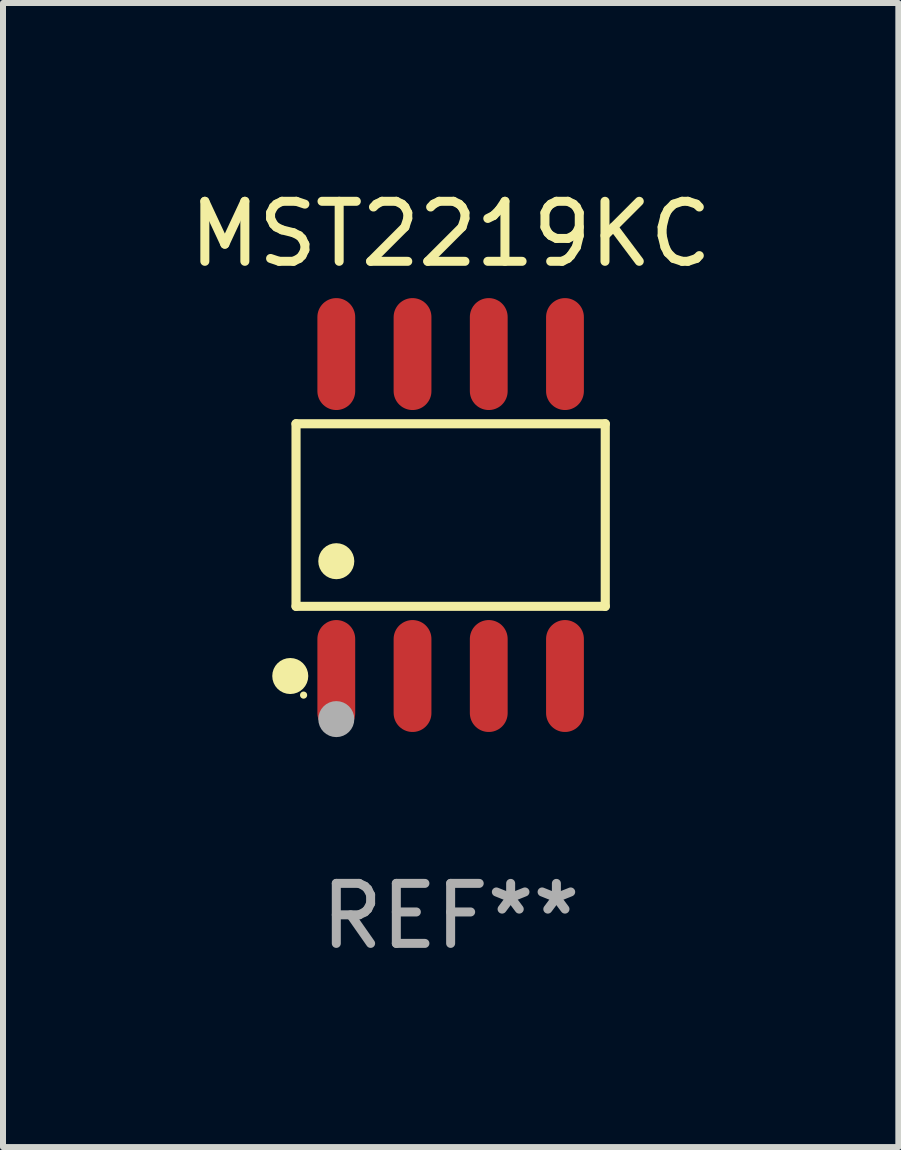
<source format=kicad_pcb>
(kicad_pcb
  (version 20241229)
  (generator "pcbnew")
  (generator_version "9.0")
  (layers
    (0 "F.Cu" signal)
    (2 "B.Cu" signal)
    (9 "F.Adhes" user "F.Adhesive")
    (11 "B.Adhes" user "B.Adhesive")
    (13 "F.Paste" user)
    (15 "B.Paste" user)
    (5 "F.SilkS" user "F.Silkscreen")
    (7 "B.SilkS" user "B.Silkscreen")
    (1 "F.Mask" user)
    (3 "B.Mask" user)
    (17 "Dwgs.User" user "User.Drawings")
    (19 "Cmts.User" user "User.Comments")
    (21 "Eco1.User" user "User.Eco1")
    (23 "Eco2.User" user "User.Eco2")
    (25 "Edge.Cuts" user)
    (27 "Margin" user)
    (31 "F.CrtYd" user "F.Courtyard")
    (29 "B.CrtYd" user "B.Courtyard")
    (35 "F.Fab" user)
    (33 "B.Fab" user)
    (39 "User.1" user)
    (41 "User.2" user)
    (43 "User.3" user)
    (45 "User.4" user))
  (footprint "MST2219KC"
    (layer "F.Cu")
    (at 4.458 5.531)
    (property "Reference" "MST2219KC" (at 0 -4.682 0) (layer "F.SilkS") (effects (font (size 1 1) (thickness 0.15))))
    (attr through_hole)
    (fp_line (start -2.576 -1.521) (end 2.576 -1.521) (stroke (width 0.152) (type solid)) (layer "F.SilkS"))
    (fp_line (start -2.576 1.521) (end -2.576 -1.521) (stroke (width 0.152) (type solid)) (layer "F.SilkS"))
    (fp_line (start 2.576 -1.521) (end 2.576 1.521) (stroke (width 0.152) (type solid)) (layer "F.SilkS"))
    (fp_line (start 2.576 1.521) (end -2.576 1.521) (stroke (width 0.152) (type solid)) (layer "F.SilkS"))
    (fp_circle (center -2.672 2.682) (end -2.522 2.682) (stroke (width 0.3) (type solid)) (fill no) (layer "F.SilkS"))
    (fp_circle (center -2.45 3) (end -2.42 3) (stroke (width 0.06) (type solid)) (fill no) (layer "F.SilkS"))
    (fp_circle (center -1.905 0.769) (end -1.755 0.769) (stroke (width 0.3) (type solid)) (fill no) (layer "F.SilkS"))
    (fp_circle (center -1.905 3.4) (end -1.755 3.4) (stroke (width 0.3) (type solid)) (fill no) (layer "F.Fab"))
    (fp_text user "REF**" (at 0 6.682 0) (layer "F.Fab") (effects (font (size 1 1) (thickness 0.15))))
    (pad "1" smd oval (at -1.905 2.682) (size 0.63 1.865) (layers "F.Cu" "F.Mask" "F.Paste"))
    (pad "2" smd oval (at -0.635 2.682) (size 0.63 1.865) (layers "F.Cu" "F.Mask" "F.Paste"))
    (pad "3" smd oval (at 0.635 2.682) (size 0.63 1.865) (layers "F.Cu" "F.Mask" "F.Paste"))
    (pad "4" smd oval (at 1.905 2.682) (size 0.63 1.865) (layers "F.Cu" "F.Mask" "F.Paste"))
    (pad "5" smd oval (at 1.905 -2.682) (size 0.63 1.865) (layers "F.Cu" "F.Mask" "F.Paste"))
    (pad "6" smd oval (at 0.635 -2.682) (size 0.63 1.865) (layers "F.Cu" "F.Mask" "F.Paste"))
    (pad "7" smd oval (at -0.635 -2.682) (size 0.63 1.865) (layers "F.Cu" "F.Mask" "F.Paste"))
    (pad "8" smd oval (at -1.905 -2.682) (size 0.63 1.865) (layers "F.Cu" "F.Mask" "F.Paste")))
  (gr_rect
    (start -3 -3)
    (end 11.917 16.061)
    (stroke (width 0.1) (type default))
    (fill no)
    (layer "Edge.Cuts")))
</source>
